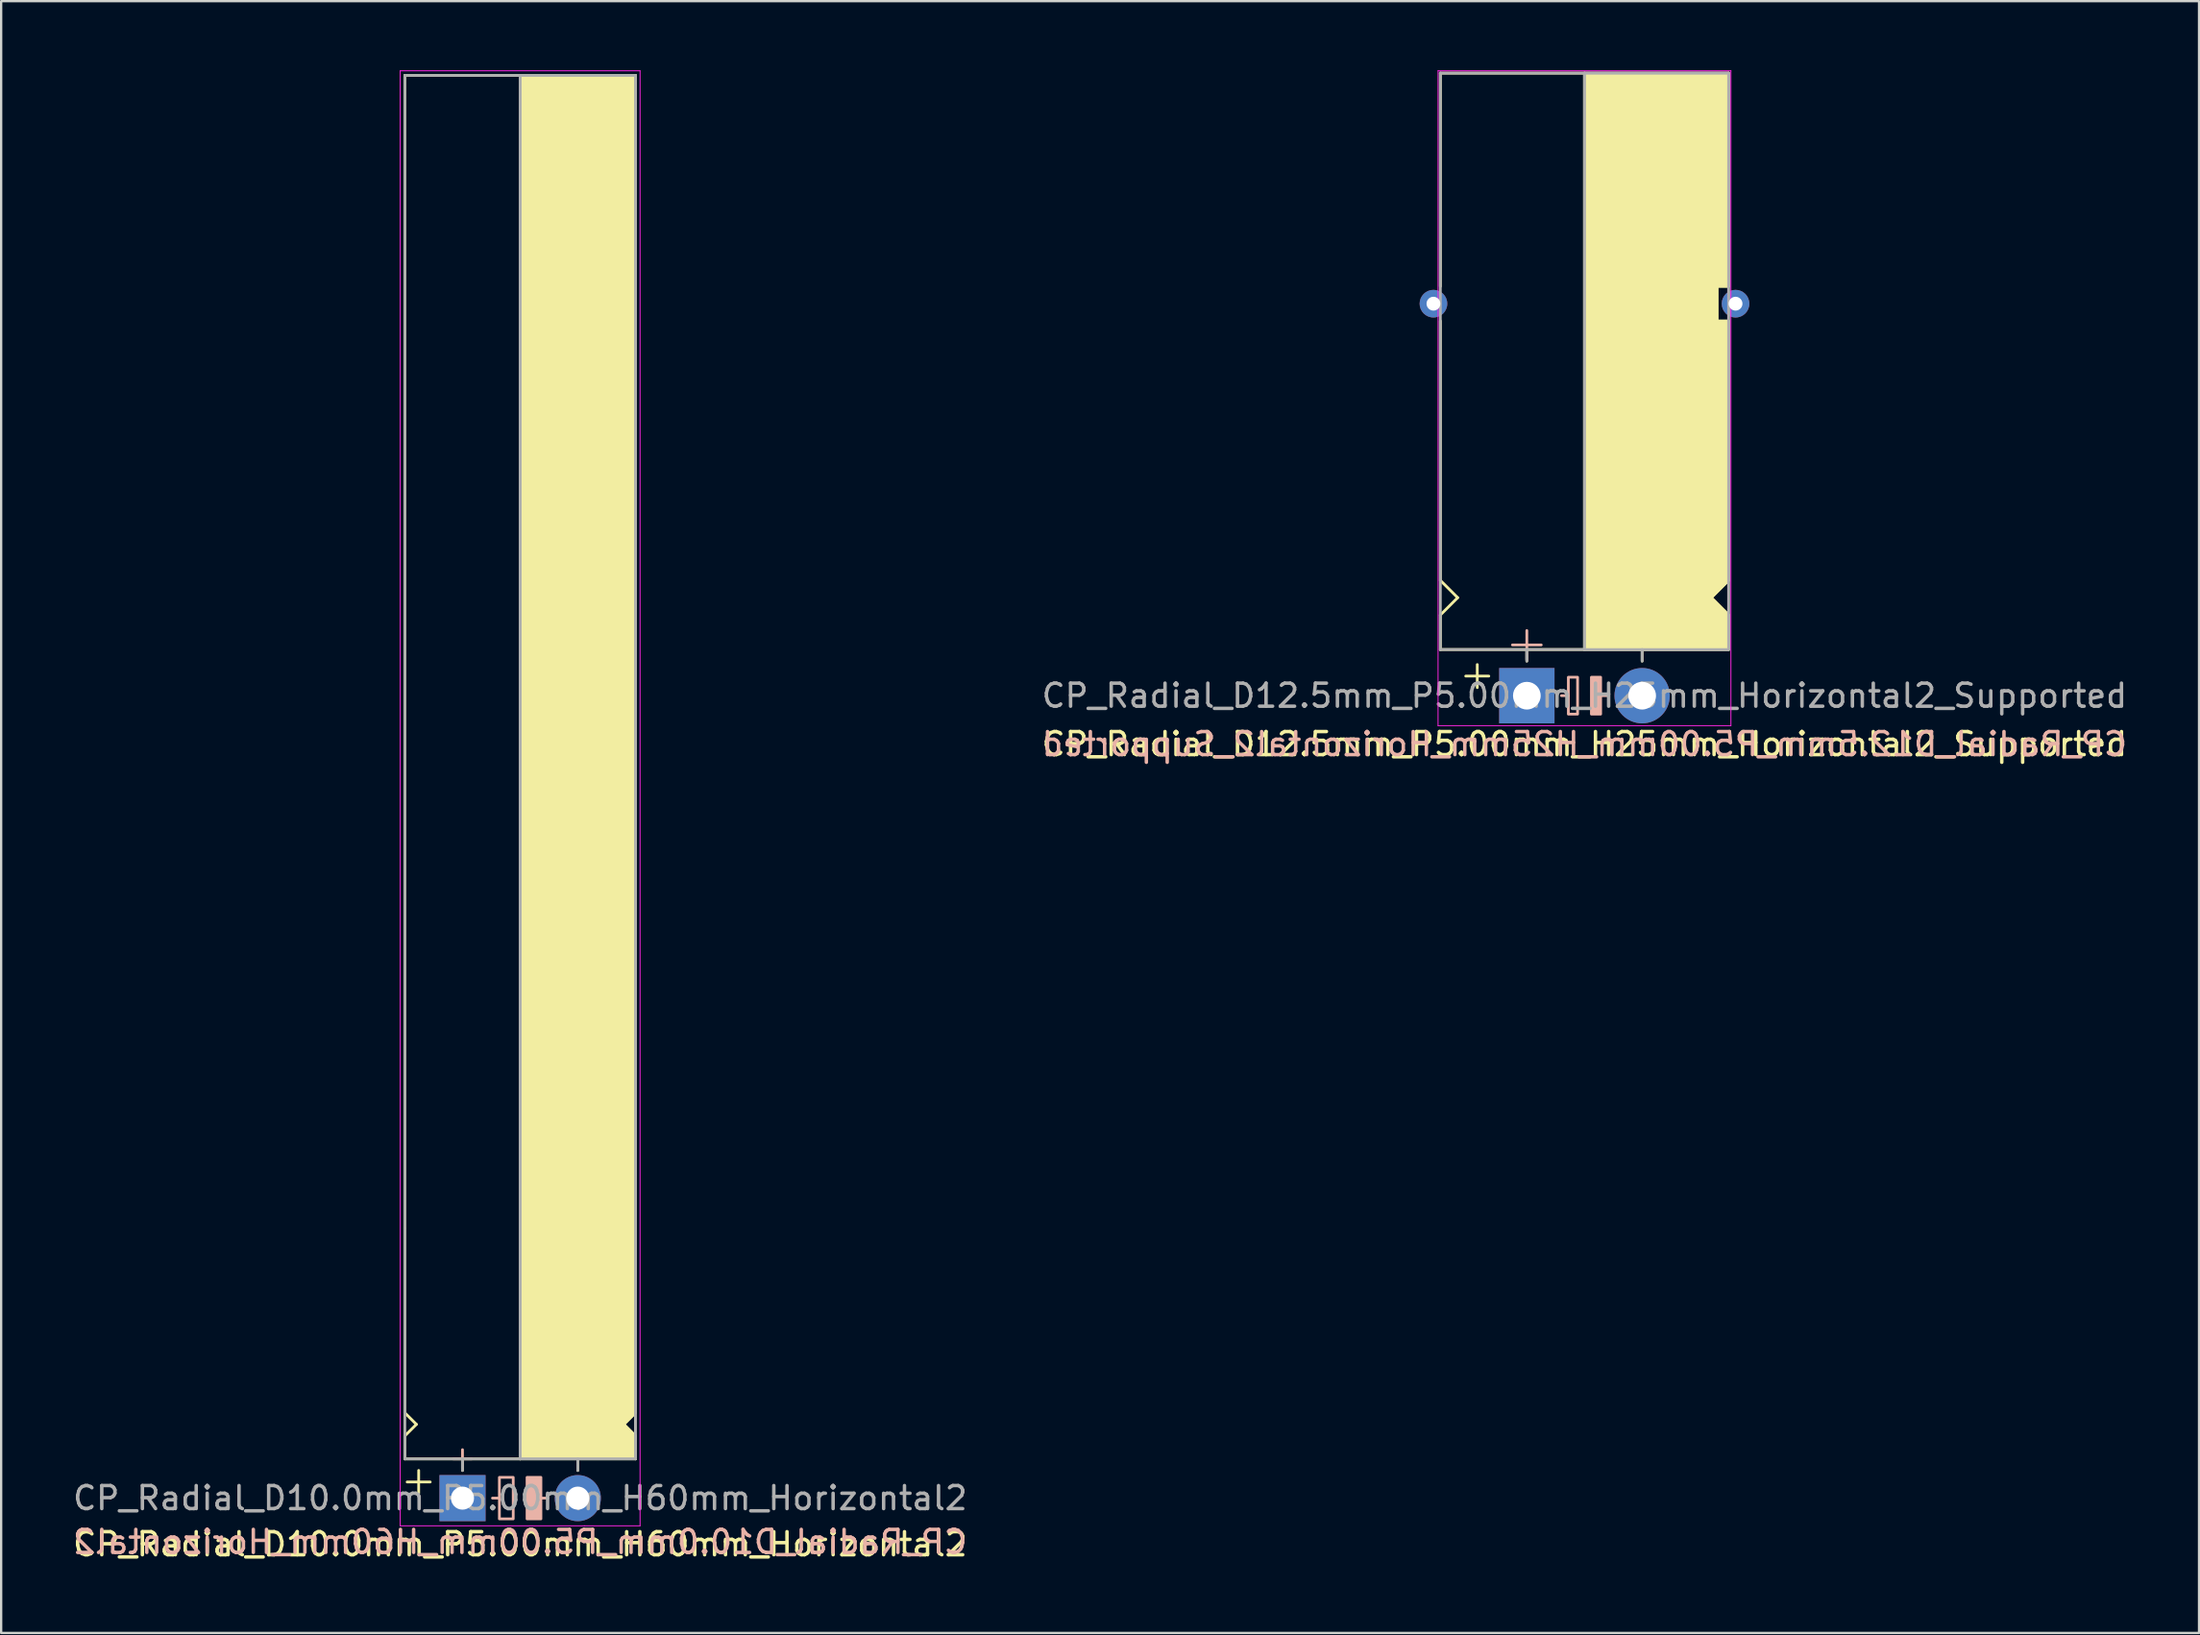
<source format=kicad_pcb>
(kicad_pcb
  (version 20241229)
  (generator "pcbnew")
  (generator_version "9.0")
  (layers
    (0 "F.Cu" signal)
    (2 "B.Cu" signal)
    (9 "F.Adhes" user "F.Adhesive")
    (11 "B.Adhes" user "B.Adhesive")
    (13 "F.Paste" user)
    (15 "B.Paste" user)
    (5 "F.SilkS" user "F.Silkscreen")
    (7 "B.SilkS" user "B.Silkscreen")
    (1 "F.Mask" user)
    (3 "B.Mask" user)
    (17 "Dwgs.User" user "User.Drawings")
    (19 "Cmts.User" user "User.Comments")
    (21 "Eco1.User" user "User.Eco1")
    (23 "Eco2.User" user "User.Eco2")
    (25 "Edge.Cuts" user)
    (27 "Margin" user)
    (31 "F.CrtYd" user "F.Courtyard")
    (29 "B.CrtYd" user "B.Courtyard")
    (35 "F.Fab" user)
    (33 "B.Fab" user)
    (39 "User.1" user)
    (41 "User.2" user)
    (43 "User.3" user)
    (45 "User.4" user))
  (footprint "CP_Radial_D12.5mm_P5.00mm_H25mm_Horizontal2_Supported"
    (layer "F.Cu")
    (at 63.161 27.12)
    (property "Reference" "CP_Radial_D12.5mm_P5.00mm_H25mm_Horizontal2_Supported" (at 2.5 2.1 180) (layer "F.SilkS") (effects (font (size 1 1) (thickness 0.15))))
    (fp_line (start -3.75 -27) (end -3.75 -17.75) (stroke (width 0.12) (type solid)) (layer "F.SilkS"))
    (fp_line (start -3.75 -5) (end -3.75 -16.25) (stroke (width 0.12) (type solid)) (layer "F.SilkS"))
    (fp_line (start -3.75 -3.5) (end -3 -4.25) (stroke (width 0.12) (type solid)) (layer "F.SilkS"))
    (fp_line (start -3.75 -2) (end -3.75 -3.5) (stroke (width 0.12) (type solid)) (layer "F.SilkS"))
    (fp_line (start -3 -4.25) (end -3.75 -5) (stroke (width 0.12) (type solid)) (layer "F.SilkS"))
    (fp_line (start -2.15 -1.35) (end -2.15 -0.35) (stroke (width 0.12) (type solid)) (layer "F.SilkS"))
    (fp_line (start -1.65 -0.85) (end -2.65 -0.85) (stroke (width 0.12) (type solid)) (layer "F.SilkS"))
    (fp_line (start 0 -1.5) (end 0 -2) (stroke (width 0.12) (type solid)) (layer "F.SilkS"))
    (fp_line (start 2.5 -2) (end -3.75 -2) (stroke (width 0.12) (type solid)) (layer "F.SilkS"))
    (fp_line (start 2.5 -2) (end 2.5 -27) (stroke (width 0.12) (type solid)) (layer "F.SilkS"))
    (fp_line (start 2.5 -2) (end 8.75 -2) (stroke (width 0.12) (type solid)) (layer "F.SilkS"))
    (fp_line (start 5 -1.5) (end 5 -2) (stroke (width 0.12) (type solid)) (layer "F.SilkS"))
    (fp_line (start 8 -4.25) (end 8.75 -5) (stroke (width 0.12) (type solid)) (layer "F.SilkS"))
    (fp_line (start 8.25 -17.75) (end 8.25 -16.25) (stroke (width 0.12) (type solid)) (layer "F.SilkS"))
    (fp_line (start 8.25 -16.25) (end 8.75 -16.25) (stroke (width 0.12) (type solid)) (layer "F.SilkS"))
    (fp_line (start 8.75 -27) (end -3.75 -27) (stroke (width 0.12) (type solid)) (layer "F.SilkS"))
    (fp_line (start 8.75 -27) (end 8.75 -17.75) (stroke (width 0.12) (type solid)) (layer "F.SilkS"))
    (fp_line (start 8.75 -17.75) (end 8.25 -17.75) (stroke (width 0.12) (type solid)) (layer "F.SilkS"))
    (fp_line (start 8.75 -5) (end 8.75 -16.25) (stroke (width 0.12) (type solid)) (layer "F.SilkS"))
    (fp_line (start 8.75 -3.5) (end 8 -4.25) (stroke (width 0.12) (type solid)) (layer "F.SilkS"))
    (fp_line (start 8.75 -2) (end 8.75 -3.5) (stroke (width 0.12) (type solid)) (layer "F.SilkS"))
    (fp_poly (pts (xy 8.75 -3.5) (xy 8 -4.25) (xy 8.75 -5) (xy 8.75 -16.25) (xy 8.25 -16.25) (xy 8.25 -17.75) (xy 8.75 -17.75) (xy 8.75 -27) (xy 2.5 -27) (xy 2.5 -2) (xy 8.75 -2)) (stroke (width 0.1) (type solid)) (fill yes) (layer "F.SilkS"))
    (fp_line (start 0 -2.825) (end 0 -1.575) (stroke (width 0.12) (type solid)) (layer "B.SilkS"))
    (fp_line (start 0.625 -2.2) (end -0.625 -2.2) (stroke (width 0.12) (type solid)) (layer "B.SilkS"))
    (fp_line (start 1.8 0) (end 1.5 0) (stroke (width 0.12) (type solid)) (layer "B.SilkS"))
    (fp_line (start 3.5 0) (end 3.2 0) (stroke (width 0.12) (type solid)) (layer "B.SilkS"))
    (fp_rect (start 2.2 -0.8) (end 1.8 0.8) (stroke (width 0.12) (type solid)) (fill no) (layer "B.SilkS"))
    (fp_rect (start 3.2 -0.8) (end 2.8 0.8) (stroke (width 0.12) (type solid)) (fill yes) (layer "B.SilkS"))
    (fp_line (start -3.85 -27.1) (end -3.85 1.3) (stroke (width 0.04) (type solid)) (layer "F.CrtYd"))
    (fp_line (start 8.85 -27.1) (end -3.85 -27.1) (stroke (width 0.04) (type solid)) (layer "F.CrtYd"))
    (fp_line (start 8.85 1.3) (end -3.85 1.3) (stroke (width 0.04) (type solid)) (layer "F.CrtYd"))
    (fp_line (start 8.85 1.3) (end 8.85 -27.1) (stroke (width 0.04) (type solid)) (layer "F.CrtYd"))
    (fp_line (start -3.75 -27) (end 8.75 -27) (stroke (width 0.12) (type solid)) (layer "F.Fab"))
    (fp_line (start -3.75 -2) (end -3.75 -27) (stroke (width 0.12) (type solid)) (layer "F.Fab"))
    (fp_line (start 0 -2) (end -3.75 -2) (stroke (width 0.12) (type solid)) (layer "F.Fab"))
    (fp_line (start 0 -1.5) (end 0 -2) (stroke (width 0.12) (type solid)) (layer "F.Fab"))
    (fp_line (start 2.5 -2) (end 2.5 -27) (stroke (width 0.12) (type solid)) (layer "F.Fab"))
    (fp_line (start 5 -2) (end 5 -1.5) (stroke (width 0.12) (type solid)) (layer "F.Fab"))
    (fp_line (start 8.75 -27) (end 8.75 -2) (stroke (width 0.12) (type solid)) (layer "F.Fab"))
    (fp_line (start 8.75 -2) (end 0 -2) (stroke (width 0.12) (type solid)) (layer "F.Fab"))
    (fp_poly (pts (xy 8.75 -27) (xy 2.5 -27) (xy 2.5 -2) (xy 8.75 -2)) (stroke (width 0.1) (type solid)) (fill no) (layer "F.Fab"))
    (fp_text user "${REFERENCE}" (at 2.5 2.1 0) (layer "B.SilkS") (effects (font (size 1 1) (thickness 0.15)) (justify mirror)))
    (fp_text user "${REFERENCE}" (at 2.5 0 0) (layer "F.Fab") (effects (font (size 1 1) (thickness 0.15))))
    (pad "1" thru_hole rect (at 0 0) (size 2.4 2.4) (drill 1.2) (layers "*.Cu" "*.Mask"))
    (pad "2" thru_hole circle (at 5 0) (size 2.4 2.4) (drill 1.2) (layers "*.Cu" "*.Mask"))
    (pad "~" thru_hole circle (at -4.05 -17 180) (size 1.2 1.2) (drill 0.6) (layers "*.Cu" "*.Mask"))
    (pad "~" thru_hole circle (at 9.05 -17 180) (size 1.2 1.2) (drill 0.6) (layers "*.Cu" "*.Mask")))
  (footprint "CP_Radial_D10.0mm_P5.00mm_H60mm_Horizontal2"
    (layer "F.Cu")
    (at 17.006 61.92)
    (property "Reference" "CP_Radial_D10.0mm_P5.00mm_H60mm_Horizontal2" (at 2.5 2 0) (layer "F.SilkS") (effects (font (size 1 1) (thickness 0.15))))
    (fp_line (start -2.5 -61.7) (end 7.5 -61.7) (stroke (width 0.12) (type solid)) (layer "F.SilkS"))
    (fp_line (start -2.5 -11.7) (end -2.5 -61.7) (stroke (width 0.12) (type solid)) (layer "F.SilkS"))
    (fp_line (start -2.5 -3.7) (end -2.5 -11.7) (stroke (width 0.12) (type solid)) (layer "F.SilkS"))
    (fp_line (start -2.5 -2.7) (end -2 -3.2) (stroke (width 0.12) (type solid)) (layer "F.SilkS"))
    (fp_line (start -2.5 -1.7) (end -2.5 -2.7) (stroke (width 0.12) (type solid)) (layer "F.SilkS"))
    (fp_line (start -2 -3.2) (end -2.5 -3.7) (stroke (width 0.12) (type solid)) (layer "F.SilkS"))
    (fp_line (start -1.9 -1.2) (end -1.9 -0.2) (stroke (width 0.12) (type solid)) (layer "F.SilkS"))
    (fp_line (start -1.4 -0.7) (end -2.4 -0.7) (stroke (width 0.12) (type solid)) (layer "F.SilkS"))
    (fp_line (start 0 -1.7) (end 0 -1.2) (stroke (width 0.12) (type solid)) (layer "F.SilkS"))
    (fp_line (start 2.5 -61.7) (end 2.5 -1.7) (stroke (width 0.12) (type solid)) (layer "F.SilkS"))
    (fp_line (start 2.5 -1.7) (end -2.5 -1.7) (stroke (width 0.12) (type solid)) (layer "F.SilkS"))
    (fp_line (start 5 -1.7) (end 5 -1.2) (stroke (width 0.12) (type solid)) (layer "F.SilkS"))
    (fp_line (start 7 -3.2) (end 7.5 -3.7) (stroke (width 0.12) (type solid)) (layer "F.SilkS"))
    (fp_line (start 7.5 -11.7) (end 7.5 -61.7) (stroke (width 0.12) (type solid)) (layer "F.SilkS"))
    (fp_line (start 7.5 -3.7) (end 7.5 -11.7) (stroke (width 0.12) (type solid)) (layer "F.SilkS"))
    (fp_line (start 7.5 -2.7) (end 7 -3.2) (stroke (width 0.12) (type solid)) (layer "F.SilkS"))
    (fp_line (start 7.5 -1.7) (end 2.5 -1.7) (stroke (width 0.12) (type solid)) (layer "F.SilkS"))
    (fp_line (start 7.5 -1.7) (end 7.5 -2.7) (stroke (width 0.12) (type solid)) (layer "F.SilkS"))
    (fp_poly (pts (xy 7.5 -2.7) (xy 7 -3.2) (xy 7.5 -3.7) (xy 7.5 -61.7) (xy 2.5 -61.7) (xy 2.5 -1.7) (xy 7.5 -1.7)) (stroke (width 0.1) (type solid)) (fill yes) (layer "F.SilkS"))
    (fp_line (start 0 -2.1) (end 0 -1.3) (stroke (width 0.12) (type solid)) (layer "B.SilkS"))
    (fp_line (start 0.4 -1.7) (end -0.4 -1.7) (stroke (width 0.12) (type solid)) (layer "B.SilkS"))
    (fp_line (start 1.6 0) (end 1.3 0) (stroke (width 0.12) (type solid)) (layer "B.SilkS"))
    (fp_line (start 3.7 0) (end 3.4 0) (stroke (width 0.12) (type solid)) (layer "B.SilkS"))
    (fp_rect (start 2.2 -0.9) (end 1.6 0.9) (stroke (width 0.12) (type solid)) (fill no) (layer "B.SilkS"))
    (fp_rect (start 3.4 -0.9) (end 2.8 0.9) (stroke (width 0.12) (type solid)) (fill yes) (layer "B.SilkS"))
    (fp_line (start -2.7 -61.9) (end -2.7 1.2) (stroke (width 0.04) (type solid)) (layer "F.CrtYd"))
    (fp_line (start -2.7 1.2) (end 5.3 1.2) (stroke (width 0.04) (type solid)) (layer "F.CrtYd"))
    (fp_line (start 5.3 1.2) (end 7.7 1.2) (stroke (width 0.04) (type solid)) (layer "F.CrtYd"))
    (fp_line (start 7.7 -61.9) (end -2.7 -61.9) (stroke (width 0.04) (type solid)) (layer "F.CrtYd"))
    (fp_line (start 7.7 1.2) (end 7.7 -61.9) (stroke (width 0.04) (type solid)) (layer "F.CrtYd"))
    (fp_line (start -2.5 -61.7) (end 7.5 -61.7) (stroke (width 0.12) (type solid)) (layer "F.Fab"))
    (fp_line (start -2.5 -1.7) (end -2.5 -61.7) (stroke (width 0.12) (type solid)) (layer "F.Fab"))
    (fp_line (start 0 -1.7) (end 0 -1.2) (stroke (width 0.12) (type solid)) (layer "F.Fab"))
    (fp_line (start 2.5 -1.7) (end 2.5 -61.7) (stroke (width 0.12) (type solid)) (layer "F.Fab"))
    (fp_line (start 5 -1.7) (end 5 -1.2) (stroke (width 0.12) (type solid)) (layer "F.Fab"))
    (fp_line (start 7.5 -61.7) (end 7.5 -1.7) (stroke (width 0.12) (type solid)) (layer "F.Fab"))
    (fp_line (start 7.5 -1.7) (end -2.5 -1.7) (stroke (width 0.12) (type solid)) (layer "F.Fab"))
    (fp_poly (pts (xy 7.5 -61.7) (xy 2.5 -61.7) (xy 2.5 -1.7) (xy 7.5 -1.7)) (stroke (width 0.1) (type solid)) (fill no) (layer "F.Fab"))
    (fp_text user "${REFERENCE}" (at 2.5 1.9 0) (layer "B.SilkS") (effects (font (size 1 1) (thickness 0.15)) (justify mirror)))
    (fp_text user "${REFERENCE}" (at 2.5 0 0) (layer "F.Fab") (effects (font (size 1 1) (thickness 0.15))))
    (pad "1" thru_hole rect (at 0 0) (size 2 2) (drill 1) (layers "*.Cu" "*.Mask"))
    (pad "2" thru_hole circle (at 5 0) (size 2 2) (drill 1) (layers "*.Cu" "*.Mask")))
  (gr_rect
    (start -3 -3)
    (end 92.31 67.768)
    (stroke (width 0.1) (type default))
    (fill no)
    (layer "Edge.Cuts")))
</source>
